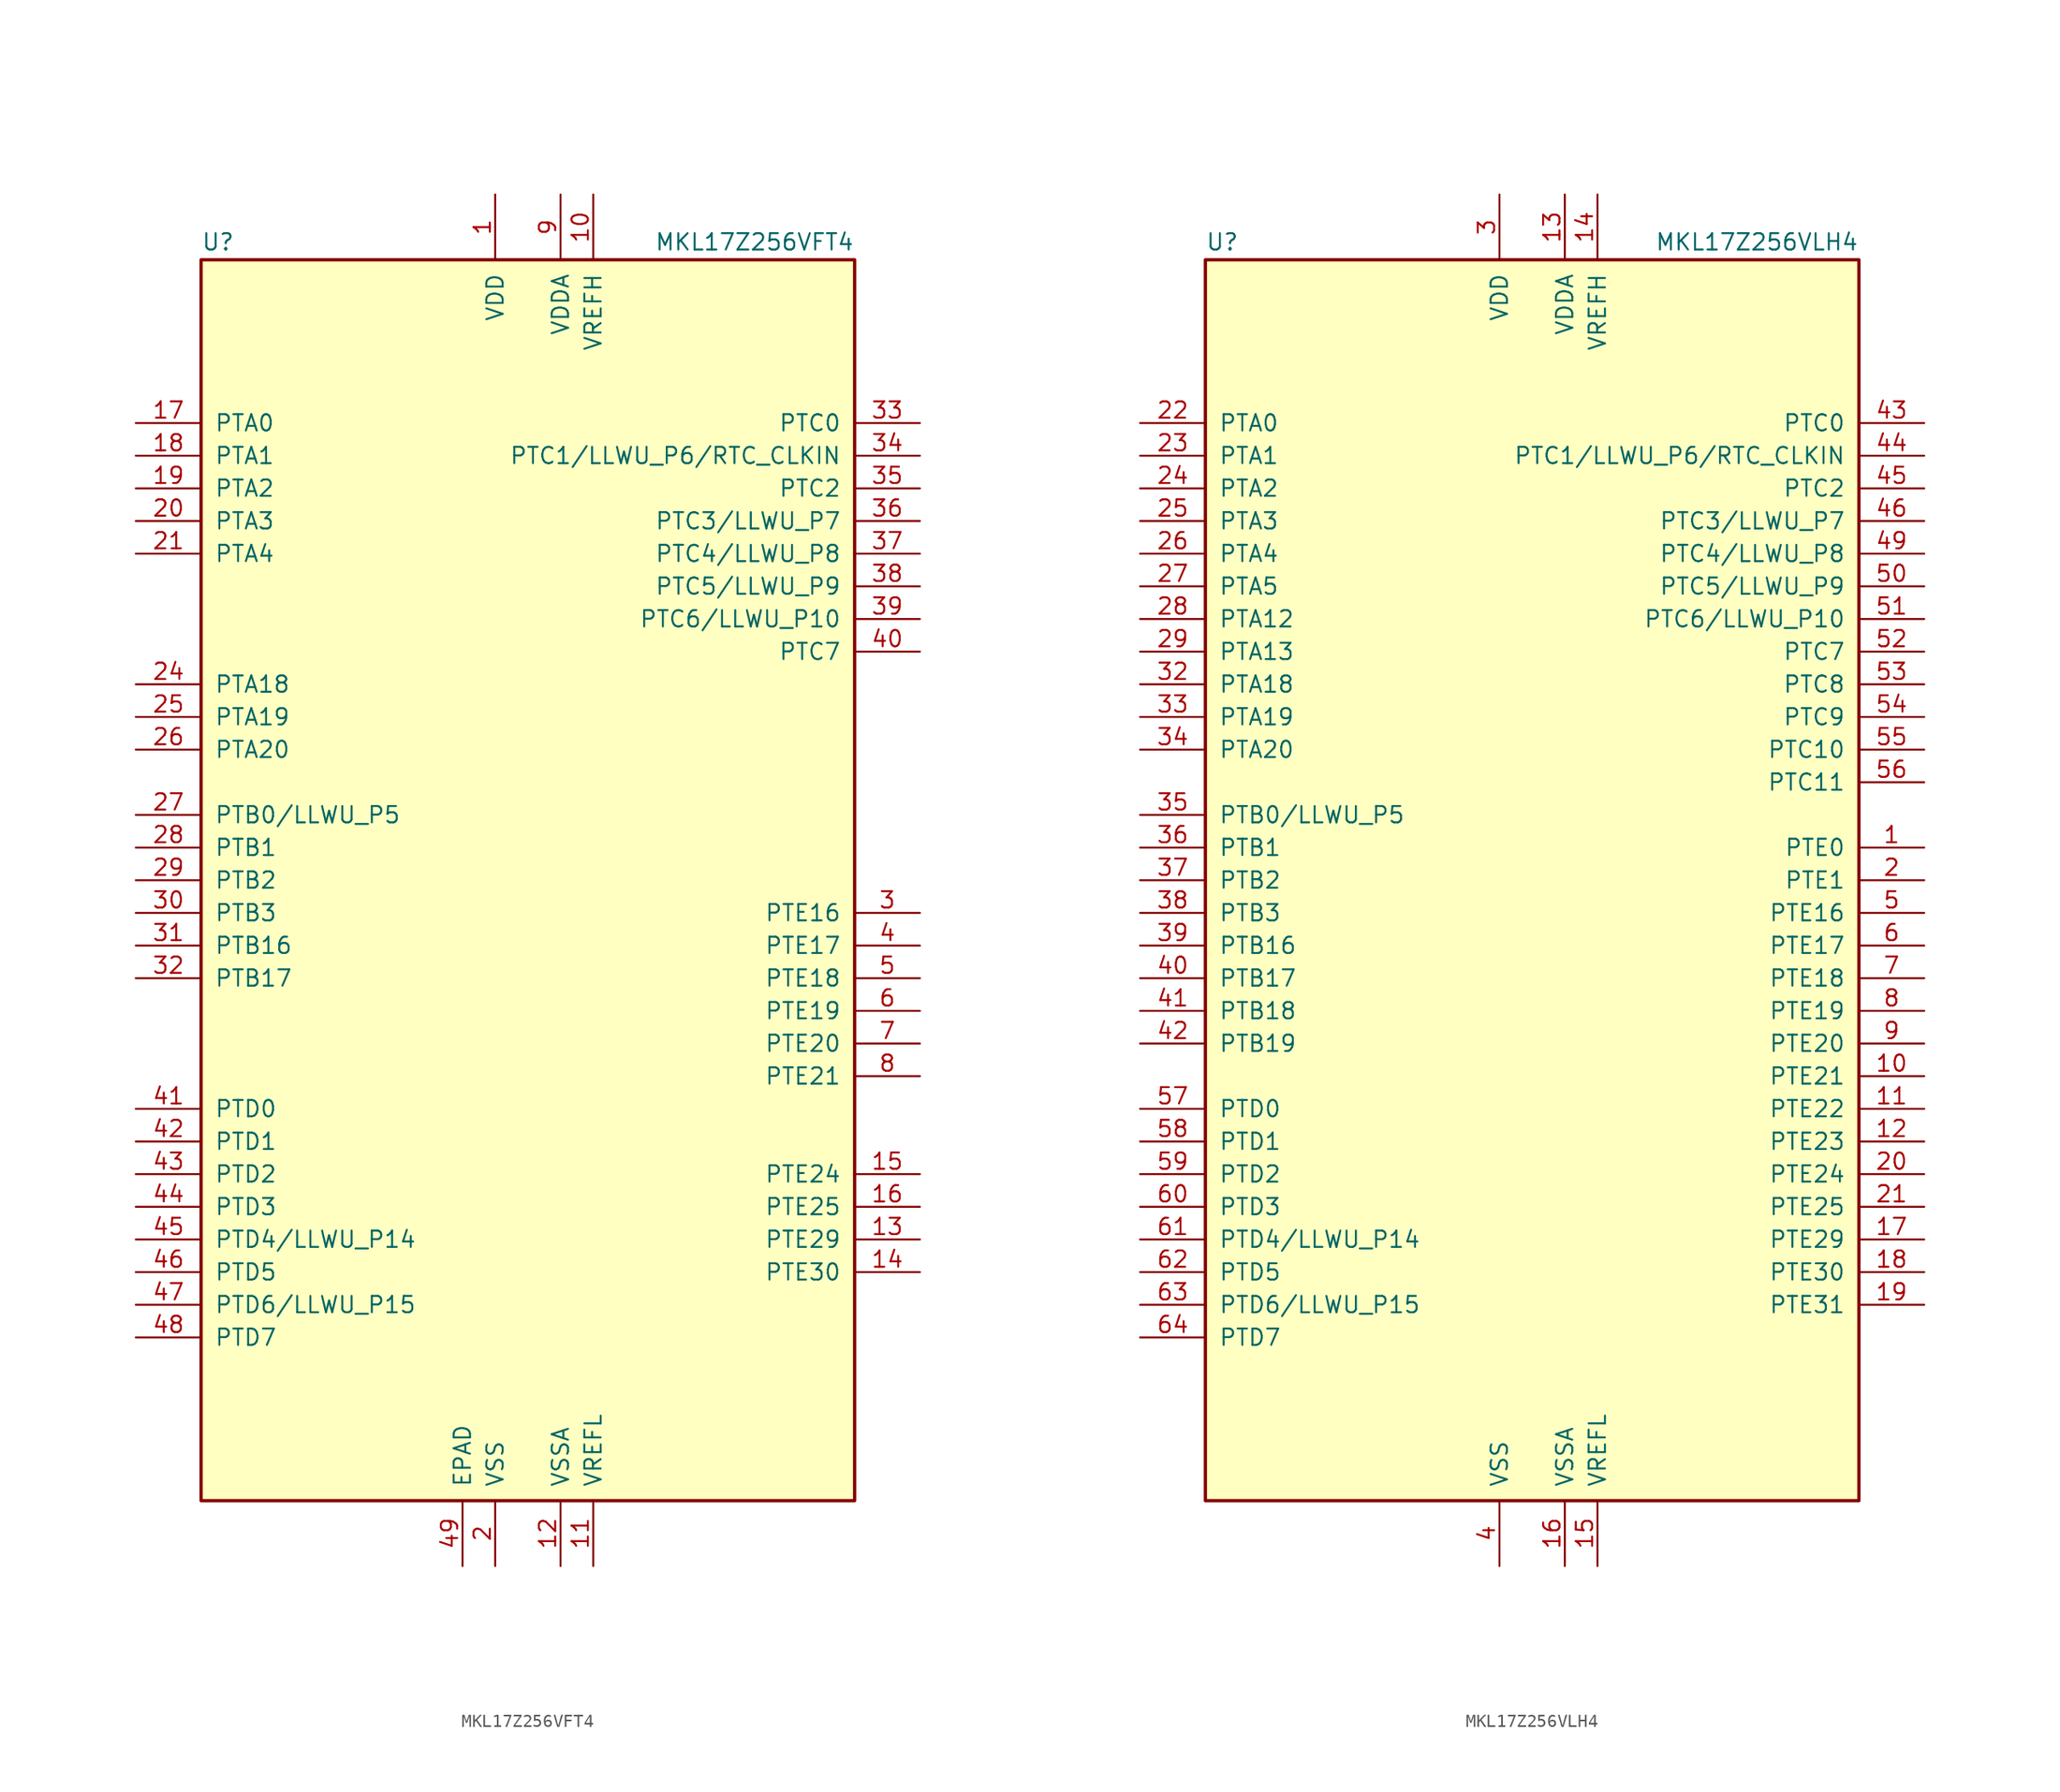
<source format=kicad_sym>
(kicad_symbol_lib
  (version 20231120)
  (generator "kicad_symbol_editor")
  (generator_version "8.0")
  (symbol "MKL17Z256VFT4"
    (pin_names
      (offset 1.016))
    (property "Reference" "U"
      (at -25.4 48.895 0)
      (effects (font (size 1.27 1.27)) (justify left bottom)))
    (property "Value" "MKL17Z256VFT4"
      (at 25.4 48.895 0)
      (effects (font (size 1.27 1.27)) (justify right bottom)))
    (symbol "MKL17Z256VFT4_0_1"
      (rectangle (start -25.4 48.26) (end 25.4 -48.26) (stroke (width 0.254) (type default)) (fill (type background))))
    (symbol "MKL17Z256VFT4_1_1"
      (pin power_in line (at -2.54 53.34 270) (length 5.08) (name "VDD" (effects (font (size 1.27 1.27)))) (number "1" (effects (font (size 1.27 1.27)))))
      (pin power_in line (at 5.08 53.34 270) (length 5.08) (name "VREFH" (effects (font (size 1.27 1.27)))) (number "10" (effects (font (size 1.27 1.27)))))
      (pin power_in line (at 5.08 -53.34 90) (length 5.08) (name "VREFL" (effects (font (size 1.27 1.27)))) (number "11" (effects (font (size 1.27 1.27)))))
      (pin power_in line (at 2.54 -53.34 90) (length 5.08) (name "VSSA" (effects (font (size 1.27 1.27)))) (number "12" (effects (font (size 1.27 1.27)))))
      (pin bidirectional line (at 30.48 -27.94 180) (length 5.08) (name "PTE29" (effects (font (size 1.27 1.27)))) (number "13" (effects (font (size 1.27 1.27)))))
      (pin bidirectional line (at 30.48 -30.48 180) (length 5.08) (name "PTE30" (effects (font (size 1.27 1.27)))) (number "14" (effects (font (size 1.27 1.27)))))
      (pin bidirectional line (at 30.48 -22.86 180) (length 5.08) (name "PTE24" (effects (font (size 1.27 1.27)))) (number "15" (effects (font (size 1.27 1.27)))))
      (pin bidirectional line (at 30.48 -25.4 180) (length 5.08) (name "PTE25" (effects (font (size 1.27 1.27)))) (number "16" (effects (font (size 1.27 1.27)))))
      (pin bidirectional line (at -30.48 35.56 0) (length 5.08) (name "PTA0" (effects (font (size 1.27 1.27)))) (number "17" (effects (font (size 1.27 1.27)))))
      (pin bidirectional line (at -30.48 33.02 0) (length 5.08) (name "PTA1" (effects (font (size 1.27 1.27)))) (number "18" (effects (font (size 1.27 1.27)))))
      (pin bidirectional line (at -30.48 30.48 0) (length 5.08) (name "PTA2" (effects (font (size 1.27 1.27)))) (number "19" (effects (font (size 1.27 1.27)))))
      (pin power_in line (at -2.54 -53.34 90) (length 5.08) (name "VSS" (effects (font (size 1.27 1.27)))) (number "2" (effects (font (size 1.27 1.27)))))
      (pin bidirectional line (at -30.48 27.94 0) (length 5.08) (name "PTA3" (effects (font (size 1.27 1.27)))) (number "20" (effects (font (size 1.27 1.27)))))
      (pin bidirectional line (at -30.48 25.4 0) (length 5.08) (name "PTA4" (effects (font (size 1.27 1.27)))) (number "21" (effects (font (size 1.27 1.27)))))
      (pin passive line (at -2.54 53.34 270) (length 5.08) hide (name "VDD" (effects (font (size 1.27 1.27)))) (number "22" (effects (font (size 1.27 1.27)))))
      (pin passive line (at -2.54 -53.34 90) (length 5.08) hide (name "VSS" (effects (font (size 1.27 1.27)))) (number "23" (effects (font (size 1.27 1.27)))))
      (pin bidirectional line (at -30.48 15.24 0) (length 5.08) (name "PTA18" (effects (font (size 1.27 1.27)))) (number "24" (effects (font (size 1.27 1.27)))))
      (pin bidirectional line (at -30.48 12.7 0) (length 5.08) (name "PTA19" (effects (font (size 1.27 1.27)))) (number "25" (effects (font (size 1.27 1.27)))))
      (pin bidirectional line (at -30.48 10.16 0) (length 5.08) (name "PTA20" (effects (font (size 1.27 1.27)))) (number "26" (effects (font (size 1.27 1.27)))))
      (pin bidirectional line (at -30.48 5.08 0) (length 5.08) (name "PTB0/LLWU_P5" (effects (font (size 1.27 1.27)))) (number "27" (effects (font (size 1.27 1.27)))))
      (pin bidirectional line (at -30.48 2.54 0) (length 5.08) (name "PTB1" (effects (font (size 1.27 1.27)))) (number "28" (effects (font (size 1.27 1.27)))))
      (pin bidirectional line (at -30.48 0 0) (length 5.08) (name "PTB2" (effects (font (size 1.27 1.27)))) (number "29" (effects (font (size 1.27 1.27)))))
      (pin bidirectional line (at 30.48 -2.54 180) (length 5.08) (name "PTE16" (effects (font (size 1.27 1.27)))) (number "3" (effects (font (size 1.27 1.27)))))
      (pin bidirectional line (at -30.48 -2.54 0) (length 5.08) (name "PTB3" (effects (font (size 1.27 1.27)))) (number "30" (effects (font (size 1.27 1.27)))))
      (pin bidirectional line (at -30.48 -5.08 0) (length 5.08) (name "PTB16" (effects (font (size 1.27 1.27)))) (number "31" (effects (font (size 1.27 1.27)))))
      (pin bidirectional line (at -30.48 -7.62 0) (length 5.08) (name "PTB17" (effects (font (size 1.27 1.27)))) (number "32" (effects (font (size 1.27 1.27)))))
      (pin bidirectional line (at 30.48 35.56 180) (length 5.08) (name "PTC0" (effects (font (size 1.27 1.27)))) (number "33" (effects (font (size 1.27 1.27)))))
      (pin bidirectional line (at 30.48 33.02 180) (length 5.08) (name "PTC1/LLWU_P6/RTC_CLKIN" (effects (font (size 1.27 1.27)))) (number "34" (effects (font (size 1.27 1.27)))))
      (pin bidirectional line (at 30.48 30.48 180) (length 5.08) (name "PTC2" (effects (font (size 1.27 1.27)))) (number "35" (effects (font (size 1.27 1.27)))))
      (pin bidirectional line (at 30.48 27.94 180) (length 5.08) (name "PTC3/LLWU_P7" (effects (font (size 1.27 1.27)))) (number "36" (effects (font (size 1.27 1.27)))))
      (pin bidirectional line (at 30.48 25.4 180) (length 5.08) (name "PTC4/LLWU_P8" (effects (font (size 1.27 1.27)))) (number "37" (effects (font (size 1.27 1.27)))))
      (pin bidirectional line (at 30.48 22.86 180) (length 5.08) (name "PTC5/LLWU_P9" (effects (font (size 1.27 1.27)))) (number "38" (effects (font (size 1.27 1.27)))))
      (pin bidirectional line (at 30.48 20.32 180) (length 5.08) (name "PTC6/LLWU_P10" (effects (font (size 1.27 1.27)))) (number "39" (effects (font (size 1.27 1.27)))))
      (pin bidirectional line (at 30.48 -5.08 180) (length 5.08) (name "PTE17" (effects (font (size 1.27 1.27)))) (number "4" (effects (font (size 1.27 1.27)))))
      (pin bidirectional line (at 30.48 17.78 180) (length 5.08) (name "PTC7" (effects (font (size 1.27 1.27)))) (number "40" (effects (font (size 1.27 1.27)))))
      (pin bidirectional line (at -30.48 -17.78 0) (length 5.08) (name "PTD0" (effects (font (size 1.27 1.27)))) (number "41" (effects (font (size 1.27 1.27)))))
      (pin bidirectional line (at -30.48 -20.32 0) (length 5.08) (name "PTD1" (effects (font (size 1.27 1.27)))) (number "42" (effects (font (size 1.27 1.27)))))
      (pin bidirectional line (at -30.48 -22.86 0) (length 5.08) (name "PTD2" (effects (font (size 1.27 1.27)))) (number "43" (effects (font (size 1.27 1.27)))))
      (pin bidirectional line (at -30.48 -25.4 0) (length 5.08) (name "PTD3" (effects (font (size 1.27 1.27)))) (number "44" (effects (font (size 1.27 1.27)))))
      (pin bidirectional line (at -30.48 -27.94 0) (length 5.08) (name "PTD4/LLWU_P14" (effects (font (size 1.27 1.27)))) (number "45" (effects (font (size 1.27 1.27)))))
      (pin bidirectional line (at -30.48 -30.48 0) (length 5.08) (name "PTD5" (effects (font (size 1.27 1.27)))) (number "46" (effects (font (size 1.27 1.27)))))
      (pin bidirectional line (at -30.48 -33.02 0) (length 5.08) (name "PTD6/LLWU_P15" (effects (font (size 1.27 1.27)))) (number "47" (effects (font (size 1.27 1.27)))))
      (pin bidirectional line (at -30.48 -35.56 0) (length 5.08) (name "PTD7" (effects (font (size 1.27 1.27)))) (number "48" (effects (font (size 1.27 1.27)))))
      (pin power_in line (at -5.08 -53.34 90) (length 5.08) (name "EPAD" (effects (font (size 1.27 1.27)))) (number "49" (effects (font (size 1.27 1.27)))))
      (pin bidirectional line (at 30.48 -7.62 180) (length 5.08) (name "PTE18" (effects (font (size 1.27 1.27)))) (number "5" (effects (font (size 1.27 1.27)))))
      (pin bidirectional line (at 30.48 -10.16 180) (length 5.08) (name "PTE19" (effects (font (size 1.27 1.27)))) (number "6" (effects (font (size 1.27 1.27)))))
      (pin bidirectional line (at 30.48 -12.7 180) (length 5.08) (name "PTE20" (effects (font (size 1.27 1.27)))) (number "7" (effects (font (size 1.27 1.27)))))
      (pin bidirectional line (at 30.48 -15.24 180) (length 5.08) (name "PTE21" (effects (font (size 1.27 1.27)))) (number "8" (effects (font (size 1.27 1.27)))))
      (pin power_in line (at 2.54 53.34 270) (length 5.08) (name "VDDA" (effects (font (size 1.27 1.27)))) (number "9" (effects (font (size 1.27 1.27)))))))
  (symbol "MKL17Z256VLH4"
    (pin_names
      (offset 1.016))
    (property "Reference" "U"
      (at -25.4 48.895 0)
      (effects (font (size 1.27 1.27)) (justify left bottom)))
    (property "Value" "MKL17Z256VLH4"
      (at 25.4 48.895 0)
      (effects (font (size 1.27 1.27)) (justify right bottom)))
    (symbol "MKL17Z256VLH4_0_1"
      (rectangle (start -25.4 48.26) (end 25.4 -48.26) (stroke (width 0.254) (type default)) (fill (type background))))
    (symbol "MKL17Z256VLH4_1_1"
      (pin bidirectional line (at 30.48 2.54 180) (length 5.08) (name "PTE0" (effects (font (size 1.27 1.27)))) (number "1" (effects (font (size 1.27 1.27)))))
      (pin bidirectional line (at 30.48 -15.24 180) (length 5.08) (name "PTE21" (effects (font (size 1.27 1.27)))) (number "10" (effects (font (size 1.27 1.27)))))
      (pin bidirectional line (at 30.48 -17.78 180) (length 5.08) (name "PTE22" (effects (font (size 1.27 1.27)))) (number "11" (effects (font (size 1.27 1.27)))))
      (pin bidirectional line (at 30.48 -20.32 180) (length 5.08) (name "PTE23" (effects (font (size 1.27 1.27)))) (number "12" (effects (font (size 1.27 1.27)))))
      (pin power_in line (at 2.54 53.34 270) (length 5.08) (name "VDDA" (effects (font (size 1.27 1.27)))) (number "13" (effects (font (size 1.27 1.27)))))
      (pin power_in line (at 5.08 53.34 270) (length 5.08) (name "VREFH" (effects (font (size 1.27 1.27)))) (number "14" (effects (font (size 1.27 1.27)))))
      (pin power_in line (at 5.08 -53.34 90) (length 5.08) (name "VREFL" (effects (font (size 1.27 1.27)))) (number "15" (effects (font (size 1.27 1.27)))))
      (pin power_in line (at 2.54 -53.34 90) (length 5.08) (name "VSSA" (effects (font (size 1.27 1.27)))) (number "16" (effects (font (size 1.27 1.27)))))
      (pin bidirectional line (at 30.48 -27.94 180) (length 5.08) (name "PTE29" (effects (font (size 1.27 1.27)))) (number "17" (effects (font (size 1.27 1.27)))))
      (pin bidirectional line (at 30.48 -30.48 180) (length 5.08) (name "PTE30" (effects (font (size 1.27 1.27)))) (number "18" (effects (font (size 1.27 1.27)))))
      (pin bidirectional line (at 30.48 -33.02 180) (length 5.08) (name "PTE31" (effects (font (size 1.27 1.27)))) (number "19" (effects (font (size 1.27 1.27)))))
      (pin bidirectional line (at 30.48 0 180) (length 5.08) (name "PTE1" (effects (font (size 1.27 1.27)))) (number "2" (effects (font (size 1.27 1.27)))))
      (pin bidirectional line (at 30.48 -22.86 180) (length 5.08) (name "PTE24" (effects (font (size 1.27 1.27)))) (number "20" (effects (font (size 1.27 1.27)))))
      (pin bidirectional line (at 30.48 -25.4 180) (length 5.08) (name "PTE25" (effects (font (size 1.27 1.27)))) (number "21" (effects (font (size 1.27 1.27)))))
      (pin bidirectional line (at -30.48 35.56 0) (length 5.08) (name "PTA0" (effects (font (size 1.27 1.27)))) (number "22" (effects (font (size 1.27 1.27)))))
      (pin bidirectional line (at -30.48 33.02 0) (length 5.08) (name "PTA1" (effects (font (size 1.27 1.27)))) (number "23" (effects (font (size 1.27 1.27)))))
      (pin bidirectional line (at -30.48 30.48 0) (length 5.08) (name "PTA2" (effects (font (size 1.27 1.27)))) (number "24" (effects (font (size 1.27 1.27)))))
      (pin bidirectional line (at -30.48 27.94 0) (length 5.08) (name "PTA3" (effects (font (size 1.27 1.27)))) (number "25" (effects (font (size 1.27 1.27)))))
      (pin bidirectional line (at -30.48 25.4 0) (length 5.08) (name "PTA4" (effects (font (size 1.27 1.27)))) (number "26" (effects (font (size 1.27 1.27)))))
      (pin bidirectional line (at -30.48 22.86 0) (length 5.08) (name "PTA5" (effects (font (size 1.27 1.27)))) (number "27" (effects (font (size 1.27 1.27)))))
      (pin bidirectional line (at -30.48 20.32 0) (length 5.08) (name "PTA12" (effects (font (size 1.27 1.27)))) (number "28" (effects (font (size 1.27 1.27)))))
      (pin bidirectional line (at -30.48 17.78 0) (length 5.08) (name "PTA13" (effects (font (size 1.27 1.27)))) (number "29" (effects (font (size 1.27 1.27)))))
      (pin power_in line (at -2.54 53.34 270) (length 5.08) (name "VDD" (effects (font (size 1.27 1.27)))) (number "3" (effects (font (size 1.27 1.27)))))
      (pin passive line (at -2.54 53.34 270) (length 5.08) hide (name "VDD" (effects (font (size 1.27 1.27)))) (number "30" (effects (font (size 1.27 1.27)))))
      (pin passive line (at -2.54 -53.34 90) (length 5.08) hide (name "VSS" (effects (font (size 1.27 1.27)))) (number "31" (effects (font (size 1.27 1.27)))))
      (pin bidirectional line (at -30.48 15.24 0) (length 5.08) (name "PTA18" (effects (font (size 1.27 1.27)))) (number "32" (effects (font (size 1.27 1.27)))))
      (pin bidirectional line (at -30.48 12.7 0) (length 5.08) (name "PTA19" (effects (font (size 1.27 1.27)))) (number "33" (effects (font (size 1.27 1.27)))))
      (pin bidirectional line (at -30.48 10.16 0) (length 5.08) (name "PTA20" (effects (font (size 1.27 1.27)))) (number "34" (effects (font (size 1.27 1.27)))))
      (pin bidirectional line (at -30.48 5.08 0) (length 5.08) (name "PTB0/LLWU_P5" (effects (font (size 1.27 1.27)))) (number "35" (effects (font (size 1.27 1.27)))))
      (pin bidirectional line (at -30.48 2.54 0) (length 5.08) (name "PTB1" (effects (font (size 1.27 1.27)))) (number "36" (effects (font (size 1.27 1.27)))))
      (pin bidirectional line (at -30.48 0 0) (length 5.08) (name "PTB2" (effects (font (size 1.27 1.27)))) (number "37" (effects (font (size 1.27 1.27)))))
      (pin bidirectional line (at -30.48 -2.54 0) (length 5.08) (name "PTB3" (effects (font (size 1.27 1.27)))) (number "38" (effects (font (size 1.27 1.27)))))
      (pin bidirectional line (at -30.48 -5.08 0) (length 5.08) (name "PTB16" (effects (font (size 1.27 1.27)))) (number "39" (effects (font (size 1.27 1.27)))))
      (pin power_in line (at -2.54 -53.34 90) (length 5.08) (name "VSS" (effects (font (size 1.27 1.27)))) (number "4" (effects (font (size 1.27 1.27)))))
      (pin bidirectional line (at -30.48 -7.62 0) (length 5.08) (name "PTB17" (effects (font (size 1.27 1.27)))) (number "40" (effects (font (size 1.27 1.27)))))
      (pin bidirectional line (at -30.48 -10.16 0) (length 5.08) (name "PTB18" (effects (font (size 1.27 1.27)))) (number "41" (effects (font (size 1.27 1.27)))))
      (pin bidirectional line (at -30.48 -12.7 0) (length 5.08) (name "PTB19" (effects (font (size 1.27 1.27)))) (number "42" (effects (font (size 1.27 1.27)))))
      (pin bidirectional line (at 30.48 35.56 180) (length 5.08) (name "PTC0" (effects (font (size 1.27 1.27)))) (number "43" (effects (font (size 1.27 1.27)))))
      (pin bidirectional line (at 30.48 33.02 180) (length 5.08) (name "PTC1/LLWU_P6/RTC_CLKIN" (effects (font (size 1.27 1.27)))) (number "44" (effects (font (size 1.27 1.27)))))
      (pin bidirectional line (at 30.48 30.48 180) (length 5.08) (name "PTC2" (effects (font (size 1.27 1.27)))) (number "45" (effects (font (size 1.27 1.27)))))
      (pin bidirectional line (at 30.48 27.94 180) (length 5.08) (name "PTC3/LLWU_P7" (effects (font (size 1.27 1.27)))) (number "46" (effects (font (size 1.27 1.27)))))
      (pin passive line (at -2.54 -53.34 90) (length 5.08) hide (name "VSS" (effects (font (size 1.27 1.27)))) (number "47" (effects (font (size 1.27 1.27)))))
      (pin passive line (at -2.54 53.34 270) (length 5.08) hide (name "VDD" (effects (font (size 1.27 1.27)))) (number "48" (effects (font (size 1.27 1.27)))))
      (pin bidirectional line (at 30.48 25.4 180) (length 5.08) (name "PTC4/LLWU_P8" (effects (font (size 1.27 1.27)))) (number "49" (effects (font (size 1.27 1.27)))))
      (pin bidirectional line (at 30.48 -2.54 180) (length 5.08) (name "PTE16" (effects (font (size 1.27 1.27)))) (number "5" (effects (font (size 1.27 1.27)))))
      (pin bidirectional line (at 30.48 22.86 180) (length 5.08) (name "PTC5/LLWU_P9" (effects (font (size 1.27 1.27)))) (number "50" (effects (font (size 1.27 1.27)))))
      (pin bidirectional line (at 30.48 20.32 180) (length 5.08) (name "PTC6/LLWU_P10" (effects (font (size 1.27 1.27)))) (number "51" (effects (font (size 1.27 1.27)))))
      (pin bidirectional line (at 30.48 17.78 180) (length 5.08) (name "PTC7" (effects (font (size 1.27 1.27)))) (number "52" (effects (font (size 1.27 1.27)))))
      (pin bidirectional line (at 30.48 15.24 180) (length 5.08) (name "PTC8" (effects (font (size 1.27 1.27)))) (number "53" (effects (font (size 1.27 1.27)))))
      (pin bidirectional line (at 30.48 12.7 180) (length 5.08) (name "PTC9" (effects (font (size 1.27 1.27)))) (number "54" (effects (font (size 1.27 1.27)))))
      (pin bidirectional line (at 30.48 10.16 180) (length 5.08) (name "PTC10" (effects (font (size 1.27 1.27)))) (number "55" (effects (font (size 1.27 1.27)))))
      (pin bidirectional line (at 30.48 7.62 180) (length 5.08) (name "PTC11" (effects (font (size 1.27 1.27)))) (number "56" (effects (font (size 1.27 1.27)))))
      (pin bidirectional line (at -30.48 -17.78 0) (length 5.08) (name "PTD0" (effects (font (size 1.27 1.27)))) (number "57" (effects (font (size 1.27 1.27)))))
      (pin bidirectional line (at -30.48 -20.32 0) (length 5.08) (name "PTD1" (effects (font (size 1.27 1.27)))) (number "58" (effects (font (size 1.27 1.27)))))
      (pin bidirectional line (at -30.48 -22.86 0) (length 5.08) (name "PTD2" (effects (font (size 1.27 1.27)))) (number "59" (effects (font (size 1.27 1.27)))))
      (pin bidirectional line (at 30.48 -5.08 180) (length 5.08) (name "PTE17" (effects (font (size 1.27 1.27)))) (number "6" (effects (font (size 1.27 1.27)))))
      (pin bidirectional line (at -30.48 -25.4 0) (length 5.08) (name "PTD3" (effects (font (size 1.27 1.27)))) (number "60" (effects (font (size 1.27 1.27)))))
      (pin bidirectional line (at -30.48 -27.94 0) (length 5.08) (name "PTD4/LLWU_P14" (effects (font (size 1.27 1.27)))) (number "61" (effects (font (size 1.27 1.27)))))
      (pin bidirectional line (at -30.48 -30.48 0) (length 5.08) (name "PTD5" (effects (font (size 1.27 1.27)))) (number "62" (effects (font (size 1.27 1.27)))))
      (pin bidirectional line (at -30.48 -33.02 0) (length 5.08) (name "PTD6/LLWU_P15" (effects (font (size 1.27 1.27)))) (number "63" (effects (font (size 1.27 1.27)))))
      (pin bidirectional line (at -30.48 -35.56 0) (length 5.08) (name "PTD7" (effects (font (size 1.27 1.27)))) (number "64" (effects (font (size 1.27 1.27)))))
      (pin bidirectional line (at 30.48 -7.62 180) (length 5.08) (name "PTE18" (effects (font (size 1.27 1.27)))) (number "7" (effects (font (size 1.27 1.27)))))
      (pin bidirectional line (at 30.48 -10.16 180) (length 5.08) (name "PTE19" (effects (font (size 1.27 1.27)))) (number "8" (effects (font (size 1.27 1.27)))))
      (pin bidirectional line (at 30.48 -12.7 180) (length 5.08) (name "PTE20" (effects (font (size 1.27 1.27)))) (number "9" (effects (font (size 1.27 1.27))))))))
</source>
